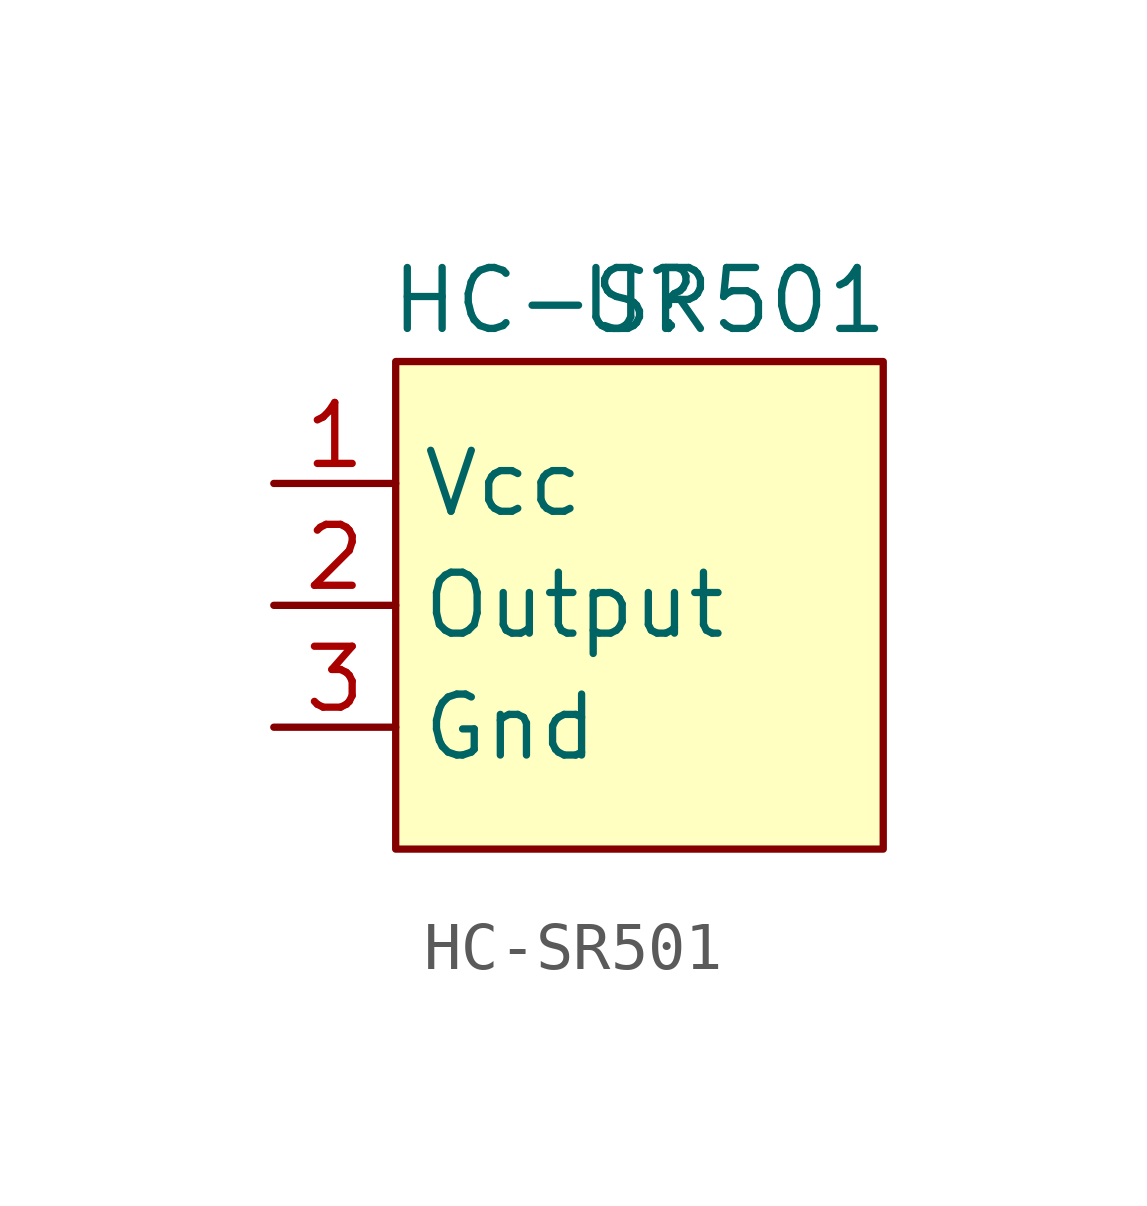
<source format=kicad_sym>
(kicad_symbol_lib
  (version 20211014)
  (generator kicad_symbol_editor)
  (symbol "HC-SR501"
    (property "Reference" "U"
      (at 0 0 0)
      (effects (font (size 1.27 1.27))))
    (property "Value" "HC-SR501"
      (at 0 0 0)
      (effects (font (size 1.27 1.27))))
    (symbol "HC-SR501_0_1"
      (rectangle (start -5.08 -1.27) (end 5.08 -11.43) (stroke (width 0) (type default) (color 0 0 0 0)) (fill (type background))))
    (symbol "HC-SR501_1_1"
      (pin input line (at -7.62 -3.81 0) (length 2.54) (name "Vcc" (effects (font (size 1.27 1.27)))) (number "1" (effects (font (size 1.27 1.27)))))
      (pin input line (at -7.62 -6.35 0) (length 2.54) (name "Output" (effects (font (size 1.27 1.27)))) (number "2" (effects (font (size 1.27 1.27)))))
      (pin input line (at -7.62 -8.89 0) (length 2.54) (name "Gnd" (effects (font (size 1.27 1.27)))) (number "3" (effects (font (size 1.27 1.27))))))))
</source>
